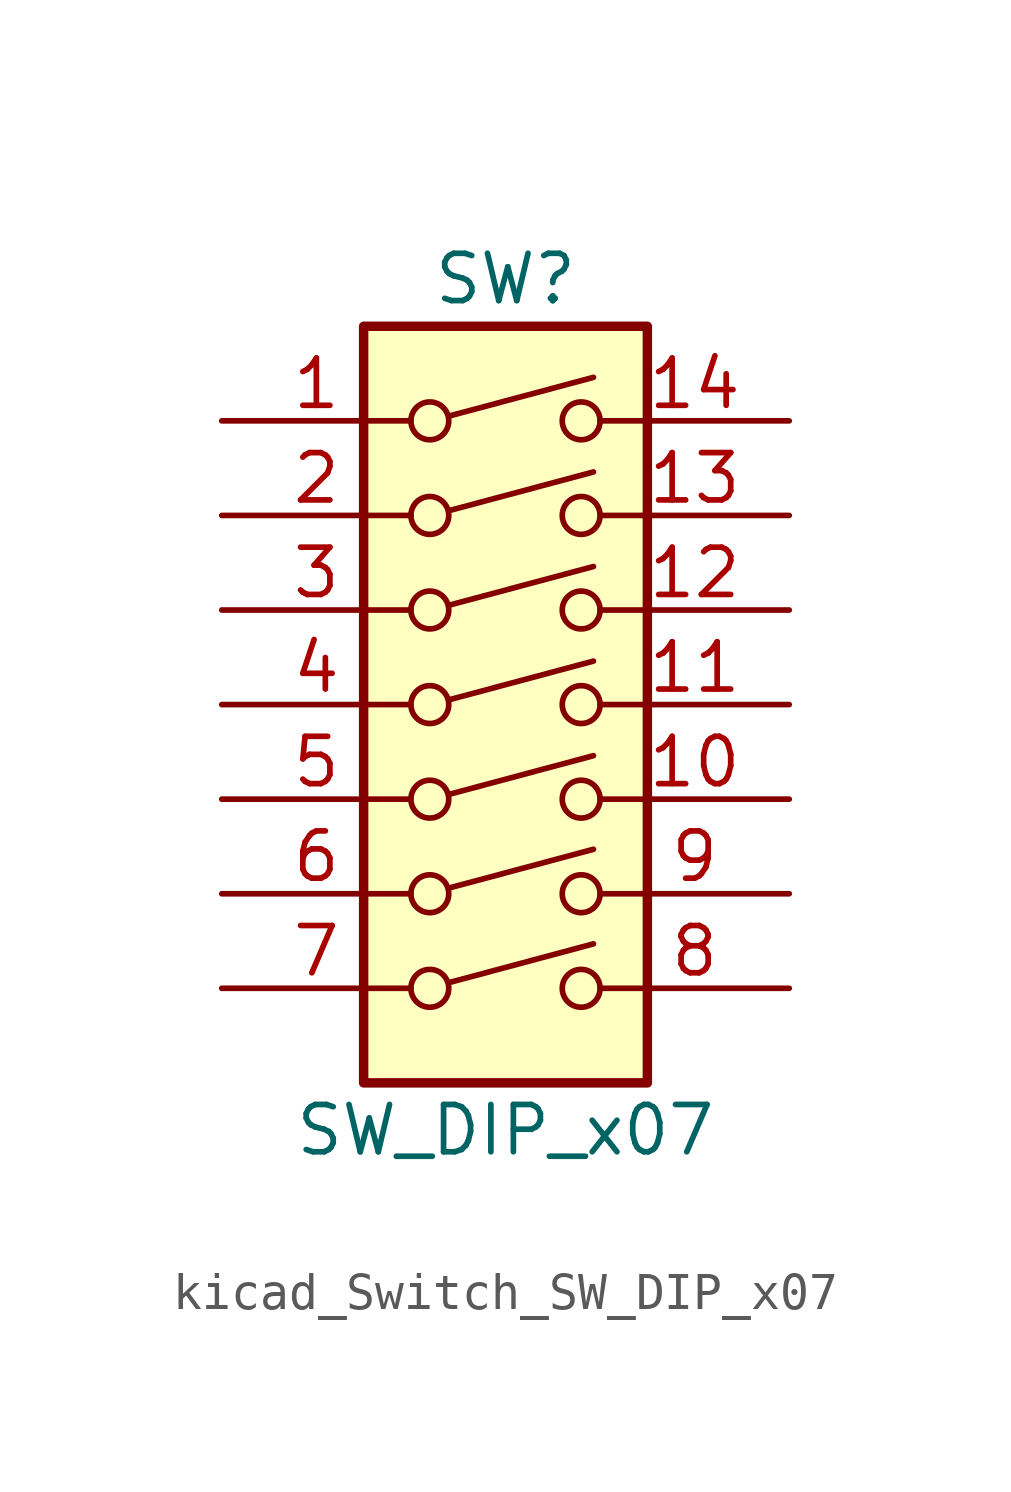
<source format=kicad_sym>
(kicad_symbol_lib
  (version 20220914)
  (generator kicad_symbol_editor)
  (symbol "kicad_Switch_SW_DIP_x07"
    (pin_names
      (offset 0) hide)
    (property "Reference" "SW"
      (at 0 13.97 0)
      (effects (font (size 1.27 1.27))))
    (property "Value" "SW_DIP_x07"
      (at 0 -8.89 0)
      (effects (font (size 1.27 1.27))))
    (symbol "kicad_Switch_SW_DIP_x07_0_0"
      (circle (center -2.032 -5.08) (radius 0.508) (stroke (width 0) (type default)) (fill (type none)))
      (circle (center -2.032 -2.54) (radius 0.508) (stroke (width 0) (type default)) (fill (type none)))
      (circle (center -2.032 0) (radius 0.508) (stroke (width 0) (type default)) (fill (type none)))
      (circle (center -2.032 2.54) (radius 0.508) (stroke (width 0) (type default)) (fill (type none)))
      (circle (center -2.032 5.08) (radius 0.508) (stroke (width 0) (type default)) (fill (type none)))
      (circle (center -2.032 7.62) (radius 0.508) (stroke (width 0) (type default)) (fill (type none)))
      (circle (center -2.032 10.16) (radius 0.508) (stroke (width 0) (type default)) (fill (type none)))
      (polyline (pts (xy -1.524 -4.928) (xy 2.362 -3.886)) (stroke (width 0) (type default)) (fill (type none)))
      (polyline (pts (xy -1.524 -2.388) (xy 2.362 -1.346)) (stroke (width 0) (type default)) (fill (type none)))
      (polyline (pts (xy -1.524 0.127) (xy 2.362 1.168)) (stroke (width 0) (type default)) (fill (type none)))
      (polyline (pts (xy -1.524 2.667) (xy 2.362 3.708)) (stroke (width 0) (type default)) (fill (type none)))
      (polyline (pts (xy -1.524 5.207) (xy 2.362 6.248)) (stroke (width 0) (type default)) (fill (type none)))
      (polyline (pts (xy -1.524 7.747) (xy 2.362 8.788)) (stroke (width 0) (type default)) (fill (type none)))
      (polyline (pts (xy -1.524 10.287) (xy 2.362 11.328)) (stroke (width 0) (type default)) (fill (type none)))
      (circle (center 2.032 -5.08) (radius 0.508) (stroke (width 0) (type default)) (fill (type none)))
      (circle (center 2.032 -2.54) (radius 0.508) (stroke (width 0) (type default)) (fill (type none)))
      (circle (center 2.032 0) (radius 0.508) (stroke (width 0) (type default)) (fill (type none)))
      (circle (center 2.032 2.54) (radius 0.508) (stroke (width 0) (type default)) (fill (type none)))
      (circle (center 2.032 5.08) (radius 0.508) (stroke (width 0) (type default)) (fill (type none)))
      (circle (center 2.032 7.62) (radius 0.508) (stroke (width 0) (type default)) (fill (type none)))
      (circle (center 2.032 10.16) (radius 0.508) (stroke (width 0) (type default)) (fill (type none))))
    (symbol "kicad_Switch_SW_DIP_x07_0_1"
      (rectangle (start -3.81 12.7) (end 3.81 -7.62) (stroke (width 0.254) (type default)) (fill (type background))))
    (symbol "kicad_Switch_SW_DIP_x07_1_1"
      (pin passive line (at -7.62 10.16 0) (length 5.08) (name "~" (effects (font (size 1.27 1.27)))) (number "1" (effects (font (size 1.27 1.27)))))
      (pin passive line (at 7.62 0 180) (length 5.08) (name "~" (effects (font (size 1.27 1.27)))) (number "10" (effects (font (size 1.27 1.27)))))
      (pin passive line (at 7.62 2.54 180) (length 5.08) (name "~" (effects (font (size 1.27 1.27)))) (number "11" (effects (font (size 1.27 1.27)))))
      (pin passive line (at 7.62 5.08 180) (length 5.08) (name "~" (effects (font (size 1.27 1.27)))) (number "12" (effects (font (size 1.27 1.27)))))
      (pin passive line (at 7.62 7.62 180) (length 5.08) (name "~" (effects (font (size 1.27 1.27)))) (number "13" (effects (font (size 1.27 1.27)))))
      (pin passive line (at 7.62 10.16 180) (length 5.08) (name "~" (effects (font (size 1.27 1.27)))) (number "14" (effects (font (size 1.27 1.27)))))
      (pin passive line (at -7.62 7.62 0) (length 5.08) (name "~" (effects (font (size 1.27 1.27)))) (number "2" (effects (font (size 1.27 1.27)))))
      (pin passive line (at -7.62 5.08 0) (length 5.08) (name "~" (effects (font (size 1.27 1.27)))) (number "3" (effects (font (size 1.27 1.27)))))
      (pin passive line (at -7.62 2.54 0) (length 5.08) (name "~" (effects (font (size 1.27 1.27)))) (number "4" (effects (font (size 1.27 1.27)))))
      (pin passive line (at -7.62 0 0) (length 5.08) (name "~" (effects (font (size 1.27 1.27)))) (number "5" (effects (font (size 1.27 1.27)))))
      (pin passive line (at -7.62 -2.54 0) (length 5.08) (name "~" (effects (font (size 1.27 1.27)))) (number "6" (effects (font (size 1.27 1.27)))))
      (pin passive line (at -7.62 -5.08 0) (length 5.08) (name "~" (effects (font (size 1.27 1.27)))) (number "7" (effects (font (size 1.27 1.27)))))
      (pin passive line (at 7.62 -5.08 180) (length 5.08) (name "~" (effects (font (size 1.27 1.27)))) (number "8" (effects (font (size 1.27 1.27)))))
      (pin passive line (at 7.62 -2.54 180) (length 5.08) (name "~" (effects (font (size 1.27 1.27)))) (number "9" (effects (font (size 1.27 1.27))))))))
</source>
